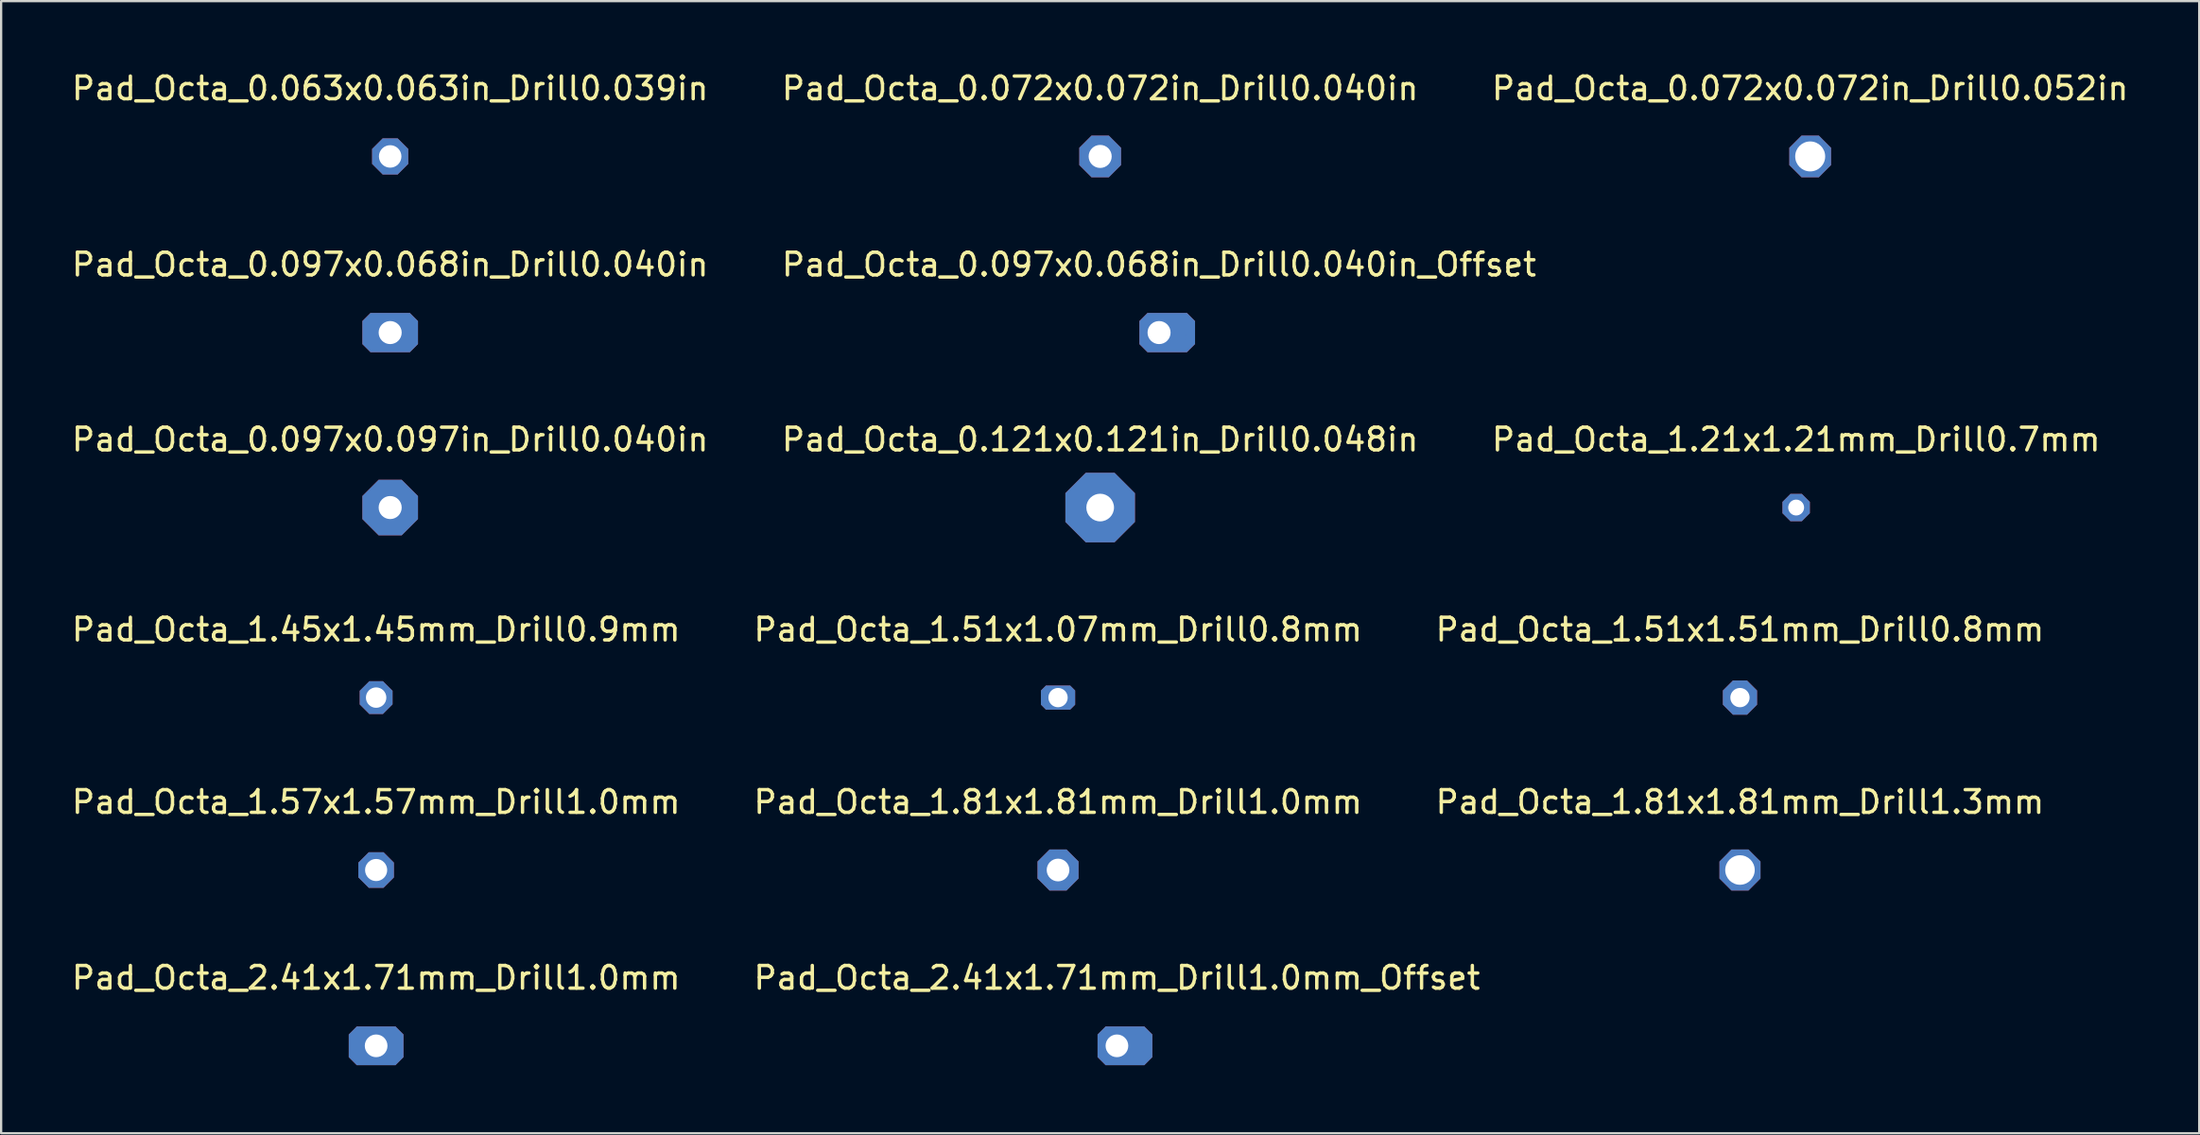
<source format=kicad_pcb>
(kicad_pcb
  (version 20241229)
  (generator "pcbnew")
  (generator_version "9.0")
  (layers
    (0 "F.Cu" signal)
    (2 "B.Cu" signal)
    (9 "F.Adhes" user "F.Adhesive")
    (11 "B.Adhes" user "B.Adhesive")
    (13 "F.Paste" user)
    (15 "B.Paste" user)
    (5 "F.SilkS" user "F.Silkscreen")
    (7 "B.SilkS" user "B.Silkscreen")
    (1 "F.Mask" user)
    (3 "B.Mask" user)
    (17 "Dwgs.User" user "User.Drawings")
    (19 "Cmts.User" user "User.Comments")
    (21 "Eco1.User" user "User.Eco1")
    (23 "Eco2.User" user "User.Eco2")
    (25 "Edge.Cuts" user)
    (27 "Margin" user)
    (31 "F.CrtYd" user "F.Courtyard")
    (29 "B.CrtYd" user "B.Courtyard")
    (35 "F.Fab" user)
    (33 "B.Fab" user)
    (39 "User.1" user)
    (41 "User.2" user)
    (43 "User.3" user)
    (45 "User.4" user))
  (footprint "Pad_Octa_0.097x0.068in_Drill0.040in"
    (layer "F.Cu")
    (at 14.149 11.616)
    (property "Reference" "Pad_Octa_0.097x0.068in_Drill0.040in" (at 0 -3 0) (layer "F.SilkS") (effects (font (size 1 1) (thickness 0.15))))
    (attr exclude_from_pos_files exclude_from_bom)
    (pad "1" connect circle (at -0.359 0) (size 1.016 1.016) (layers "F.Cu"))
    (pad "1" connect circle (at -0.359 0) (size 1.016 1.016) (layers "B.Cu"))
    (pad "1" thru_hole custom (at 0 0) (size 1.734 1.734) (drill 1.016) (layers "*.Cu" "*.Mask") (options (anchor circle)) (primitives (gr_poly (pts (xy 1.226 0.508) (xy 0.867 0.867) (xy -0.867 0.867) (xy -1.226 0.508) (xy -1.226 -0.508) (xy -0.867 -0.867) (xy 0.867 -0.867) (xy 1.226 -0.508)) (width 0) (fill yes))))
    (pad "1" connect circle (at 0.359 0) (size 1.016 1.016) (layers "F.Cu"))
    (pad "1" connect circle (at 0.359 0) (size 1.016 1.016) (layers "B.Cu")))
  (footprint "Pad_Octa_1.57x1.57mm_Drill1.0mm"
    (layer "F.Cu")
    (at 13.53 35.316)
    (property "Reference" "Pad_Octa_1.57x1.57mm_Drill1.0mm" (at 0 -3 0) (layer "F.SilkS") (effects (font (size 1 1) (thickness 0.15))))
    (attr exclude_from_pos_files exclude_from_bom)
    (pad "1" thru_hole custom (at 0 0) (size 1.569 1.569) (drill 0.975) (layers "*.Cu" "*.Mask") (options (anchor circle)) (primitives (gr_poly (pts (xy 0.785 0.325) (xy 0.325 0.785) (xy -0.325 0.785) (xy -0.785 0.325) (xy -0.785 -0.325) (xy -0.325 -0.785) (xy 0.325 -0.785) (xy 0.785 -0.325)) (width 0) (fill yes)))))
  (footprint "Pad_Octa_2.41x1.71mm_Drill1.0mm_Offset"
    (layer "F.Cu")
    (at 46.185 43.069)
    (property "Reference" "Pad_Octa_2.41x1.71mm_Drill1.0mm_Offset" (at 0 -3 0) (layer "F.SilkS") (effects (font (size 1 1) (thickness 0.15))))
    (attr exclude_from_pos_files exclude_from_bom)
    (pad "1" thru_hole custom (at 0 0) (size 1.707 1.707) (drill 1) (layers "*.Cu" "*.Mask") (options (anchor circle)) (primitives (gr_poly (pts (xy 1.561 0.5) (xy 1.207 0.854) (xy -0.5 0.854) (xy -0.854 0.5) (xy -0.854 -0.5) (xy -0.5 -0.854) (xy 1.207 -0.854) (xy 1.561 -0.5)) (width 0) (fill yes))))
    (pad "1" connect circle (at 0.354 0) (size 1 1) (layers "F.Cu"))
    (pad "1" connect circle (at 0.354 0) (size 1 1) (layers "B.Cu"))
    (pad "1" connect circle (at 0.707 0) (size 1 1) (layers "F.Cu"))
    (pad "1" connect circle (at 0.707 0) (size 1 1) (layers "B.Cu")))
  (footprint "Pad_Octa_0.097x0.097in_Drill0.040in"
    (layer "F.Cu")
    (at 14.149 19.332)
    (property "Reference" "Pad_Octa_0.097x0.097in_Drill0.040in" (at 0 -3 0) (layer "F.SilkS") (effects (font (size 1 1) (thickness 0.15))))
    (attr exclude_from_pos_files exclude_from_bom)
    (pad "1" thru_hole custom (at 0 0) (size 2.453 2.453) (drill 1.016) (layers "*.Cu" "*.Mask") (options (anchor circle)) (primitives (gr_poly (pts (xy 1.226 0.508) (xy 0.508 1.226) (xy -0.508 1.226) (xy -1.226 0.508) (xy -1.226 -0.508) (xy -0.508 -1.226) (xy 0.508 -1.226) (xy 1.226 -0.508)) (width 0) (fill yes)))))
  (footprint "Pad_Octa_0.097x0.068in_Drill0.040in_Offset"
    (layer "F.Cu")
    (at 48.042 11.616)
    (property "Reference" "Pad_Octa_0.097x0.068in_Drill0.040in_Offset" (at 0 -3 0) (layer "F.SilkS") (effects (font (size 1 1) (thickness 0.15))))
    (attr exclude_from_pos_files exclude_from_bom)
    (pad "1" thru_hole custom (at 0 0) (size 1.734 1.734) (drill 1.016) (layers "*.Cu" "*.Mask") (options (anchor circle)) (primitives (gr_poly (pts (xy 1.586 0.508) (xy 1.226 0.867) (xy -0.508 0.867) (xy -0.867 0.508) (xy -0.867 -0.508) (xy -0.508 -0.867) (xy 1.226 -0.867) (xy 1.586 -0.508)) (width 0) (fill yes))))
    (pad "1" connect circle (at 0.359 0) (size 1.016 1.016) (layers "F.Cu"))
    (pad "1" connect circle (at 0.359 0) (size 1.016 1.016) (layers "B.Cu"))
    (pad "1" connect circle (at 0.718 0) (size 1.016 1.016) (layers "F.Cu"))
    (pad "1" connect circle (at 0.718 0) (size 1.016 1.016) (layers "B.Cu")))
  (footprint "Pad_Octa_1.45x1.45mm_Drill0.9mm"
    (layer "F.Cu")
    (at 13.53 27.713)
    (property "Reference" "Pad_Octa_1.45x1.45mm_Drill0.9mm" (at 0 -3 0) (layer "F.SilkS") (effects (font (size 1 1) (thickness 0.15))))
    (attr exclude_from_pos_files exclude_from_bom)
    (pad "1" thru_hole custom (at 0 0) (size 1.449 1.449) (drill 0.9) (layers "*.Cu" "*.Mask") (options (anchor circle)) (primitives (gr_poly (pts (xy 0.724 0.3) (xy 0.3 0.724) (xy -0.3 0.724) (xy -0.724 0.3) (xy -0.724 -0.3) (xy -0.3 -0.724) (xy 0.3 -0.724) (xy 0.724 -0.3)) (width 0) (fill yes)))))
  (footprint "Pad_Octa_0.121x0.121in_Drill0.048in"
    (layer "F.Cu")
    (at 45.446 19.332)
    (property "Reference" "Pad_Octa_0.121x0.121in_Drill0.048in" (at 0 -3 0) (layer "F.SilkS") (effects (font (size 1 1) (thickness 0.15))))
    (attr exclude_from_pos_files exclude_from_bom)
    (pad "1" thru_hole custom (at 0 0) (size 3.066 3.066) (drill 1.219) (layers "*.Cu" "*.Mask") (options (anchor circle)) (primitives (gr_poly (pts (xy 1.533 0.635) (xy 0.635 1.533) (xy -0.635 1.533) (xy -1.533 0.635) (xy -1.533 -0.635) (xy -0.635 -1.533) (xy 0.635 -1.533) (xy 1.533 -0.635)) (width 0) (fill yes)))))
  (footprint "Pad_Octa_0.063x0.063in_Drill0.039in"
    (layer "F.Cu")
    (at 14.149 3.848)
    (property "Reference" "Pad_Octa_0.063x0.063in_Drill0.039in" (at 0 -3 0) (layer "F.SilkS") (effects (font (size 1 1) (thickness 0.15))))
    (attr exclude_from_pos_files exclude_from_bom)
    (pad "1" thru_hole custom (at 0 0) (size 1.594 1.594) (drill 0.991) (layers "*.Cu" "*.Mask") (options (anchor circle)) (primitives (gr_poly (pts (xy 0.797 0.33) (xy 0.33 0.797) (xy -0.33 0.797) (xy -0.797 0.33) (xy -0.797 -0.33) (xy -0.33 -0.797) (xy 0.33 -0.797) (xy 0.797 -0.33)) (width 0) (fill yes)))))
  (footprint "Pad_Octa_1.51x1.07mm_Drill0.8mm"
    (layer "F.Cu")
    (at 43.589 27.713)
    (property "Reference" "Pad_Octa_1.51x1.07mm_Drill0.8mm" (at 0 -3 0) (layer "F.SilkS") (effects (font (size 1 1) (thickness 0.15))))
    (attr exclude_from_pos_files exclude_from_bom)
    (pad "1" connect circle (at -0.221 0) (size 0.85 0.85) (layers "F.Cu"))
    (pad "1" connect circle (at -0.221 0) (size 0.85 0.85) (layers "B.Cu"))
    (pad "1" thru_hole custom (at 0 0) (size 1.067 1.067) (drill 0.85) (layers "*.Cu" "*.Mask") (options (anchor circle)) (primitives (gr_poly (pts (xy 0.754 0.313) (xy 0.533 0.533) (xy -0.533 0.533) (xy -0.754 0.313) (xy -0.754 -0.313) (xy -0.533 -0.533) (xy 0.533 -0.533) (xy 0.754 -0.313)) (width 0) (fill yes))))
    (pad "1" connect circle (at 0.221 0) (size 0.85 0.85) (layers "F.Cu"))
    (pad "1" connect circle (at 0.221 0) (size 0.85 0.85) (layers "B.Cu")))
  (footprint "Pad_Octa_0.072x0.072in_Drill0.040in"
    (layer "F.Cu")
    (at 45.446 3.848)
    (property "Reference" "Pad_Octa_0.072x0.072in_Drill0.040in" (at 0 -3 0) (layer "F.SilkS") (effects (font (size 1 1) (thickness 0.15))))
    (attr exclude_from_pos_files exclude_from_bom)
    (pad "1" thru_hole custom (at 0 0) (size 1.84 1.84) (drill 1.016) (layers "*.Cu" "*.Mask") (options (anchor circle)) (primitives (gr_poly (pts (xy 0.92 0.381) (xy 0.381 0.92) (xy -0.381 0.92) (xy -0.92 0.381) (xy -0.92 -0.381) (xy -0.381 -0.92) (xy 0.381 -0.92) (xy 0.92 -0.381)) (width 0) (fill yes)))))
  (footprint "Pad_Octa_2.41x1.71mm_Drill1.0mm"
    (layer "F.Cu")
    (at 13.53 43.069)
    (property "Reference" "Pad_Octa_2.41x1.71mm_Drill1.0mm" (at 0 -3 0) (layer "F.SilkS") (effects (font (size 1 1) (thickness 0.15))))
    (attr exclude_from_pos_files exclude_from_bom)
    (pad "1" connect circle (at -0.354 0) (size 1 1) (layers "F.Cu"))
    (pad "1" connect circle (at -0.354 0) (size 1 1) (layers "B.Cu"))
    (pad "1" thru_hole custom (at 0 0) (size 1.707 1.707) (drill 1) (layers "*.Cu" "*.Mask") (options (anchor circle)) (primitives (gr_poly (pts (xy 1.207 0.5) (xy 0.854 0.854) (xy -0.854 0.854) (xy -1.207 0.5) (xy -1.207 -0.5) (xy -0.854 -0.854) (xy 0.854 -0.854) (xy 1.207 -0.5)) (width 0) (fill yes))))
    (pad "1" connect circle (at 0.354 0) (size 1 1) (layers "F.Cu"))
    (pad "1" connect circle (at 0.354 0) (size 1 1) (layers "B.Cu")))
  (footprint "Pad_Octa_1.81x1.81mm_Drill1.0mm"
    (layer "F.Cu")
    (at 43.589 35.316)
    (property "Reference" "Pad_Octa_1.81x1.81mm_Drill1.0mm" (at 0 -3 0) (layer "F.SilkS") (effects (font (size 1 1) (thickness 0.15))))
    (attr exclude_from_pos_files exclude_from_bom)
    (pad "1" thru_hole custom (at 0 0) (size 1.811 1.811) (drill 1) (layers "*.Cu" "*.Mask") (options (anchor circle)) (primitives (gr_poly (pts (xy 0.905 0.375) (xy 0.375 0.905) (xy -0.375 0.905) (xy -0.905 0.375) (xy -0.905 -0.375) (xy -0.375 -0.905) (xy 0.375 -0.905) (xy 0.905 -0.375)) (width 0) (fill yes)))))
  (footprint "Pad_Octa_1.21x1.21mm_Drill0.7mm"
    (layer "F.Cu")
    (at 76.125 19.332)
    (property "Reference" "Pad_Octa_1.21x1.21mm_Drill0.7mm" (at 0 -3 0) (layer "F.SilkS") (effects (font (size 1 1) (thickness 0.15))))
    (attr exclude_from_pos_files exclude_from_bom)
    (pad "1" thru_hole custom (at 0 0) (size 1.207 1.207) (drill 0.7) (layers "*.Cu" "*.Mask") (options (anchor circle)) (primitives (gr_poly (pts (xy 0.604 0.25) (xy 0.25 0.604) (xy -0.25 0.604) (xy -0.604 0.25) (xy -0.604 -0.25) (xy -0.25 -0.604) (xy 0.25 -0.604) (xy 0.604 -0.25)) (width 0) (fill yes)))))
  (footprint "Pad_Octa_1.51x1.51mm_Drill0.8mm"
    (layer "F.Cu")
    (at 73.649 27.713)
    (property "Reference" "Pad_Octa_1.51x1.51mm_Drill0.8mm" (at 0 -3 0) (layer "F.SilkS") (effects (font (size 1 1) (thickness 0.15))))
    (attr exclude_from_pos_files exclude_from_bom)
    (pad "1" thru_hole custom (at 0 0) (size 1.509 1.509) (drill 0.85) (layers "*.Cu" "*.Mask") (options (anchor circle)) (primitives (gr_poly (pts (xy 0.754 0.312) (xy 0.312 0.754) (xy -0.312 0.754) (xy -0.754 0.312) (xy -0.754 -0.312) (xy -0.312 -0.754) (xy 0.312 -0.754) (xy 0.754 -0.312)) (width 0) (fill yes)))))
  (footprint "Pad_Octa_1.81x1.81mm_Drill1.3mm"
    (layer "F.Cu")
    (at 73.649 35.316)
    (property "Reference" "Pad_Octa_1.81x1.81mm_Drill1.3mm" (at 0 -3 0) (layer "F.SilkS") (effects (font (size 1 1) (thickness 0.15))))
    (attr exclude_from_pos_files exclude_from_bom)
    (pad "1" thru_hole custom (at 0 0) (size 1.811 1.811) (drill 1.3) (layers "*.Cu" "*.Mask") (options (anchor circle)) (primitives (gr_poly (pts (xy 0.905 0.375) (xy 0.375 0.905) (xy -0.375 0.905) (xy -0.905 0.375) (xy -0.905 -0.375) (xy -0.375 -0.905) (xy 0.375 -0.905) (xy 0.905 -0.375)) (width 0) (fill yes)))))
  (footprint "Pad_Octa_0.072x0.072in_Drill0.052in"
    (layer "F.Cu")
    (at 76.744 3.848)
    (property "Reference" "Pad_Octa_0.072x0.072in_Drill0.052in" (at 0 -3 0) (layer "F.SilkS") (effects (font (size 1 1) (thickness 0.15))))
    (attr exclude_from_pos_files exclude_from_bom)
    (pad "1" thru_hole custom (at 0 0) (size 1.84 1.84) (drill 1.321) (layers "*.Cu" "*.Mask") (options (anchor circle)) (primitives (gr_poly (pts (xy 0.92 0.381) (xy 0.381 0.92) (xy -0.381 0.92) (xy -0.92 0.381) (xy -0.92 -0.381) (xy -0.381 -0.92) (xy 0.381 -0.92) (xy 0.92 -0.381)) (width 0) (fill yes)))))
  (gr_rect
    (start -3 -3)
    (end 93.893 46.923)
    (stroke (width 0.1) (type default))
    (fill no)
    (layer "Edge.Cuts")))
</source>
